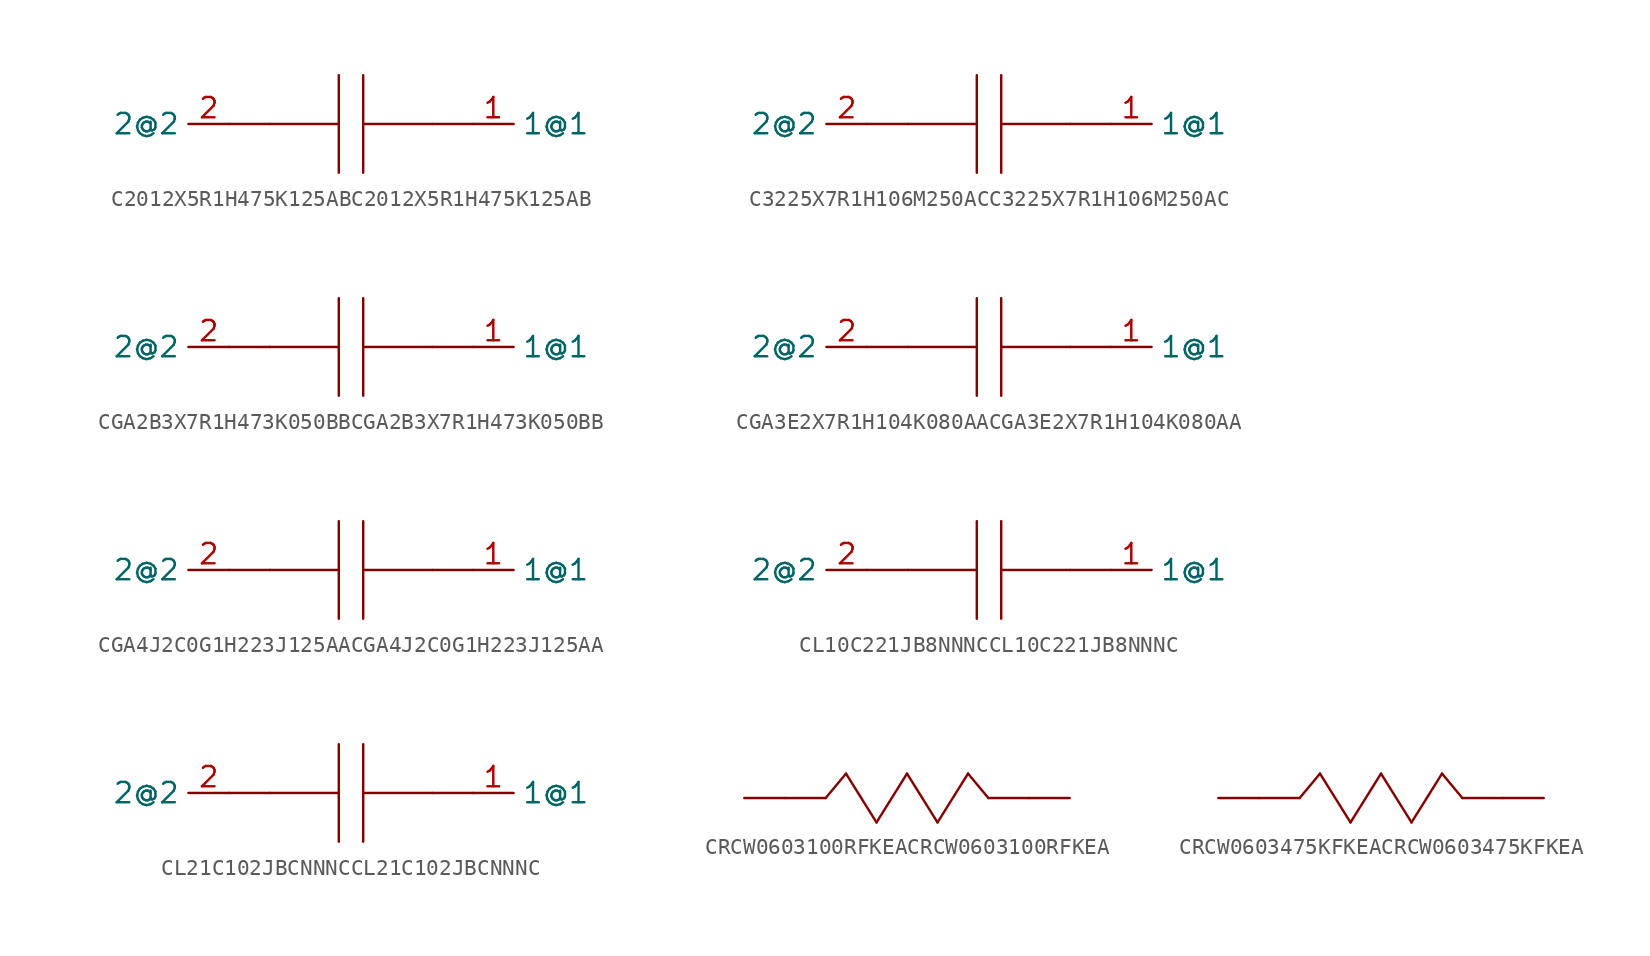
<source format=kicad_sym>
(kicad_symbol_lib
  (version 20220914)
  (generator kicad_symbol_editor)
  (symbol "C2012X5R1H475K125ABC2012X5R1H475K125AB"
    (property "Reference" ""
      (at 0 0 0)
      (effects (font (size 2 1.7)) hide))
    (property "Value" ""
      (at 0 0 0)
      (effects (font (size 2 1.7))))
    (property "ki_locked" ""
      (at 0 0 0)
      (effects (font (size 1.27 1.27))))
    (symbol "C2012X5R1H475K125ABC2012X5R1H475K125AB_1_0"
      (polyline (pts (xy -7.62 0) (xy -5.08 0)) (stroke (width 0.152) (type solid)) (fill (type none)))
      (polyline (pts (xy -5.08 0) (xy -0.762 0)) (stroke (width 0.152) (type solid)) (fill (type none)))
      (polyline (pts (xy -0.762 -3.048) (xy -0.762 3.048)) (stroke (width 0.152) (type solid)) (fill (type none)))
      (polyline (pts (xy 0.762 -3.048) (xy 0.762 3.048)) (stroke (width 0.152) (type solid)) (fill (type none)))
      (polyline (pts (xy 0.762 0) (xy 5.08 0)) (stroke (width 0.152) (type solid)) (fill (type none)))
      (polyline (pts (xy 7.62 0) (xy 5.08 0)) (stroke (width 0.152) (type solid)) (fill (type none)))
      (pin passive line (at 7.62 0 0) (length 2.54) (name "1@1" (effects (font (size 1.27 1.27)))) (number "1" (effects (font (size 1.27 1.27)))))
      (pin passive line (at -7.62 0 180) (length 2.54) (name "2@2" (effects (font (size 1.27 1.27)))) (number "2" (effects (font (size 1.27 1.27)))))))
  (symbol "C3225X7R1H106M250ACC3225X7R1H106M250AC"
    (property "Reference" ""
      (at 0 0 0)
      (effects (font (size 2 1.7)) hide))
    (property "Value" ""
      (at 0 0 0)
      (effects (font (size 2 1.7))))
    (property "ki_locked" ""
      (at 0 0 0)
      (effects (font (size 1.27 1.27))))
    (symbol "C3225X7R1H106M250ACC3225X7R1H106M250AC_1_0"
      (polyline (pts (xy -7.62 0) (xy -5.08 0)) (stroke (width 0.152) (type solid)) (fill (type none)))
      (polyline (pts (xy -5.08 0) (xy -0.762 0)) (stroke (width 0.152) (type solid)) (fill (type none)))
      (polyline (pts (xy -0.762 -3.048) (xy -0.762 3.048)) (stroke (width 0.152) (type solid)) (fill (type none)))
      (polyline (pts (xy 0.762 -3.048) (xy 0.762 3.048)) (stroke (width 0.152) (type solid)) (fill (type none)))
      (polyline (pts (xy 0.762 0) (xy 5.08 0)) (stroke (width 0.152) (type solid)) (fill (type none)))
      (polyline (pts (xy 7.62 0) (xy 5.08 0)) (stroke (width 0.152) (type solid)) (fill (type none)))
      (pin passive line (at 7.62 0 0) (length 2.54) (name "1@1" (effects (font (size 1.27 1.27)))) (number "1" (effects (font (size 1.27 1.27)))))
      (pin passive line (at -7.62 0 180) (length 2.54) (name "2@2" (effects (font (size 1.27 1.27)))) (number "2" (effects (font (size 1.27 1.27)))))))
  (symbol "CGA2B3X7R1H473K050BBCGA2B3X7R1H473K050BB"
    (property "Reference" ""
      (at 0 0 0)
      (effects (font (size 2 1.7)) hide))
    (property "Value" ""
      (at 0 0 0)
      (effects (font (size 2 1.7))))
    (property "ki_locked" ""
      (at 0 0 0)
      (effects (font (size 1.27 1.27))))
    (symbol "CGA2B3X7R1H473K050BBCGA2B3X7R1H473K050BB_1_0"
      (polyline (pts (xy -7.62 0) (xy -5.08 0)) (stroke (width 0.152) (type solid)) (fill (type none)))
      (polyline (pts (xy -5.08 0) (xy -0.762 0)) (stroke (width 0.152) (type solid)) (fill (type none)))
      (polyline (pts (xy -0.762 -3.048) (xy -0.762 3.048)) (stroke (width 0.152) (type solid)) (fill (type none)))
      (polyline (pts (xy 0.762 -3.048) (xy 0.762 3.048)) (stroke (width 0.152) (type solid)) (fill (type none)))
      (polyline (pts (xy 0.762 0) (xy 5.08 0)) (stroke (width 0.152) (type solid)) (fill (type none)))
      (polyline (pts (xy 7.62 0) (xy 5.08 0)) (stroke (width 0.152) (type solid)) (fill (type none)))
      (pin passive line (at 7.62 0 0) (length 2.54) (name "1@1" (effects (font (size 1.27 1.27)))) (number "1" (effects (font (size 1.27 1.27)))))
      (pin passive line (at -7.62 0 180) (length 2.54) (name "2@2" (effects (font (size 1.27 1.27)))) (number "2" (effects (font (size 1.27 1.27)))))))
  (symbol "CGA3E2X7R1H104K080AACGA3E2X7R1H104K080AA"
    (property "Reference" ""
      (at 0 0 0)
      (effects (font (size 2 1.7)) hide))
    (property "Value" ""
      (at 0 0 0)
      (effects (font (size 2 1.7))))
    (property "ki_locked" ""
      (at 0 0 0)
      (effects (font (size 1.27 1.27))))
    (symbol "CGA3E2X7R1H104K080AACGA3E2X7R1H104K080AA_1_0"
      (polyline (pts (xy -7.62 0) (xy -5.08 0)) (stroke (width 0.152) (type solid)) (fill (type none)))
      (polyline (pts (xy -5.08 0) (xy -0.762 0)) (stroke (width 0.152) (type solid)) (fill (type none)))
      (polyline (pts (xy -0.762 -3.048) (xy -0.762 3.048)) (stroke (width 0.152) (type solid)) (fill (type none)))
      (polyline (pts (xy 0.762 -3.048) (xy 0.762 3.048)) (stroke (width 0.152) (type solid)) (fill (type none)))
      (polyline (pts (xy 0.762 0) (xy 5.08 0)) (stroke (width 0.152) (type solid)) (fill (type none)))
      (polyline (pts (xy 7.62 0) (xy 5.08 0)) (stroke (width 0.152) (type solid)) (fill (type none)))
      (pin passive line (at 7.62 0 0) (length 2.54) (name "1@1" (effects (font (size 1.27 1.27)))) (number "1" (effects (font (size 1.27 1.27)))))
      (pin passive line (at -7.62 0 180) (length 2.54) (name "2@2" (effects (font (size 1.27 1.27)))) (number "2" (effects (font (size 1.27 1.27)))))))
  (symbol "CGA4J2C0G1H223J125AACGA4J2C0G1H223J125AA"
    (property "Reference" ""
      (at 0 0 0)
      (effects (font (size 2 1.7)) hide))
    (property "Value" ""
      (at 0 0 0)
      (effects (font (size 2 1.7))))
    (property "ki_locked" ""
      (at 0 0 0)
      (effects (font (size 1.27 1.27))))
    (symbol "CGA4J2C0G1H223J125AACGA4J2C0G1H223J125AA_1_0"
      (polyline (pts (xy -7.62 0) (xy -5.08 0)) (stroke (width 0.152) (type solid)) (fill (type none)))
      (polyline (pts (xy -5.08 0) (xy -0.762 0)) (stroke (width 0.152) (type solid)) (fill (type none)))
      (polyline (pts (xy -0.762 -3.048) (xy -0.762 3.048)) (stroke (width 0.152) (type solid)) (fill (type none)))
      (polyline (pts (xy 0.762 -3.048) (xy 0.762 3.048)) (stroke (width 0.152) (type solid)) (fill (type none)))
      (polyline (pts (xy 0.762 0) (xy 5.08 0)) (stroke (width 0.152) (type solid)) (fill (type none)))
      (polyline (pts (xy 7.62 0) (xy 5.08 0)) (stroke (width 0.152) (type solid)) (fill (type none)))
      (pin passive line (at 7.62 0 0) (length 2.54) (name "1@1" (effects (font (size 1.27 1.27)))) (number "1" (effects (font (size 1.27 1.27)))))
      (pin passive line (at -7.62 0 180) (length 2.54) (name "2@2" (effects (font (size 1.27 1.27)))) (number "2" (effects (font (size 1.27 1.27)))))))
  (symbol "CL10C221JB8NNNCCL10C221JB8NNNC"
    (property "Reference" ""
      (at 0 0 0)
      (effects (font (size 2 1.7)) hide))
    (property "Value" ""
      (at 0 0 0)
      (effects (font (size 2 1.7))))
    (property "ki_locked" ""
      (at 0 0 0)
      (effects (font (size 1.27 1.27))))
    (symbol "CL10C221JB8NNNCCL10C221JB8NNNC_1_0"
      (polyline (pts (xy -7.62 0) (xy -5.08 0)) (stroke (width 0.152) (type solid)) (fill (type none)))
      (polyline (pts (xy -5.08 0) (xy -0.762 0)) (stroke (width 0.152) (type solid)) (fill (type none)))
      (polyline (pts (xy -0.762 -3.048) (xy -0.762 3.048)) (stroke (width 0.152) (type solid)) (fill (type none)))
      (polyline (pts (xy 0.762 -3.048) (xy 0.762 3.048)) (stroke (width 0.152) (type solid)) (fill (type none)))
      (polyline (pts (xy 0.762 0) (xy 5.08 0)) (stroke (width 0.152) (type solid)) (fill (type none)))
      (polyline (pts (xy 7.62 0) (xy 5.08 0)) (stroke (width 0.152) (type solid)) (fill (type none)))
      (pin passive line (at 7.62 0 0) (length 2.54) (name "1@1" (effects (font (size 1.27 1.27)))) (number "1" (effects (font (size 1.27 1.27)))))
      (pin passive line (at -7.62 0 180) (length 2.54) (name "2@2" (effects (font (size 1.27 1.27)))) (number "2" (effects (font (size 1.27 1.27)))))))
  (symbol "CL21C102JBCNNNCCL21C102JBCNNNC"
    (property "Reference" ""
      (at 0 0 0)
      (effects (font (size 2 1.7)) hide))
    (property "Value" ""
      (at 0 0 0)
      (effects (font (size 2 1.7))))
    (property "ki_locked" ""
      (at 0 0 0)
      (effects (font (size 1.27 1.27))))
    (symbol "CL21C102JBCNNNCCL21C102JBCNNNC_1_0"
      (polyline (pts (xy -7.62 0) (xy -5.08 0)) (stroke (width 0.152) (type solid)) (fill (type none)))
      (polyline (pts (xy -5.08 0) (xy -0.762 0)) (stroke (width 0.152) (type solid)) (fill (type none)))
      (polyline (pts (xy -0.762 -3.048) (xy -0.762 3.048)) (stroke (width 0.152) (type solid)) (fill (type none)))
      (polyline (pts (xy 0.762 -3.048) (xy 0.762 3.048)) (stroke (width 0.152) (type solid)) (fill (type none)))
      (polyline (pts (xy 0.762 0) (xy 5.08 0)) (stroke (width 0.152) (type solid)) (fill (type none)))
      (polyline (pts (xy 7.62 0) (xy 5.08 0)) (stroke (width 0.152) (type solid)) (fill (type none)))
      (pin passive line (at 7.62 0 0) (length 2.54) (name "1@1" (effects (font (size 1.27 1.27)))) (number "1" (effects (font (size 1.27 1.27)))))
      (pin passive line (at -7.62 0 180) (length 2.54) (name "2@2" (effects (font (size 1.27 1.27)))) (number "2" (effects (font (size 1.27 1.27)))))))
  (symbol "CRCW0603100RFKEACRCW0603100RFKEA"
    (property "Reference" ""
      (at 0 5.715 0)
      (effects (font (size 2 1.7)) hide))
    (property "Value" ""
      (at 0 3.175 0)
      (effects (font (size 2 1.7))))
    (property "ki_locked" ""
      (at 0 0 0)
      (effects (font (size 1.27 1.27))))
    (symbol "CRCW0603100RFKEACRCW0603100RFKEA_1_0"
      (polyline (pts (xy -5.08 0) (xy -7.62 0)) (stroke (width 0.152) (type solid)) (fill (type none)))
      (polyline (pts (xy -3.81 1.524) (xy -5.08 0)) (stroke (width 0.152) (type solid)) (fill (type none)))
      (polyline (pts (xy -1.905 -1.524) (xy -3.81 1.524)) (stroke (width 0.152) (type solid)) (fill (type none)))
      (polyline (pts (xy 0 1.524) (xy -1.905 -1.524)) (stroke (width 0.152) (type solid)) (fill (type none)))
      (polyline (pts (xy 1.905 -1.524) (xy 0 1.524)) (stroke (width 0.152) (type solid)) (fill (type none)))
      (polyline (pts (xy 3.81 1.524) (xy 1.905 -1.524)) (stroke (width 0.152) (type solid)) (fill (type none)))
      (polyline (pts (xy 5.08 0) (xy 3.81 1.524)) (stroke (width 0.152) (type solid)) (fill (type none)))
      (polyline (pts (xy 7.62 0) (xy 5.08 0)) (stroke (width 0.152) (type solid)) (fill (type none)))
      (pin passive line (at 7.62 0 0) (length 2.54) (name "1@1" (effects (font (size 0 0)))) (number "1" (effects (font (size 0 0)))))
      (pin passive line (at -7.62 0 180) (length 2.54) (name "2@2" (effects (font (size 0 0)))) (number "2" (effects (font (size 0 0)))))))
  (symbol "CRCW0603475KFKEACRCW0603475KFKEA"
    (property "Reference" ""
      (at 0 5.715 0)
      (effects (font (size 2 1.7)) hide))
    (property "Value" ""
      (at 0 3.175 0)
      (effects (font (size 2 1.7))))
    (property "ki_locked" ""
      (at 0 0 0)
      (effects (font (size 1.27 1.27))))
    (symbol "CRCW0603475KFKEACRCW0603475KFKEA_1_0"
      (polyline (pts (xy -5.08 0) (xy -7.62 0)) (stroke (width 0.152) (type solid)) (fill (type none)))
      (polyline (pts (xy -3.81 1.524) (xy -5.08 0)) (stroke (width 0.152) (type solid)) (fill (type none)))
      (polyline (pts (xy -1.905 -1.524) (xy -3.81 1.524)) (stroke (width 0.152) (type solid)) (fill (type none)))
      (polyline (pts (xy 0 1.524) (xy -1.905 -1.524)) (stroke (width 0.152) (type solid)) (fill (type none)))
      (polyline (pts (xy 1.905 -1.524) (xy 0 1.524)) (stroke (width 0.152) (type solid)) (fill (type none)))
      (polyline (pts (xy 3.81 1.524) (xy 1.905 -1.524)) (stroke (width 0.152) (type solid)) (fill (type none)))
      (polyline (pts (xy 5.08 0) (xy 3.81 1.524)) (stroke (width 0.152) (type solid)) (fill (type none)))
      (polyline (pts (xy 7.62 0) (xy 5.08 0)) (stroke (width 0.152) (type solid)) (fill (type none)))
      (pin passive line (at 7.62 0 0) (length 2.54) (name "1@1" (effects (font (size 0 0)))) (number "1" (effects (font (size 0 0)))))
      (pin passive line (at -7.62 0 180) (length 2.54) (name "2@2" (effects (font (size 0 0)))) (number "2" (effects (font (size 0 0))))))))
</source>
